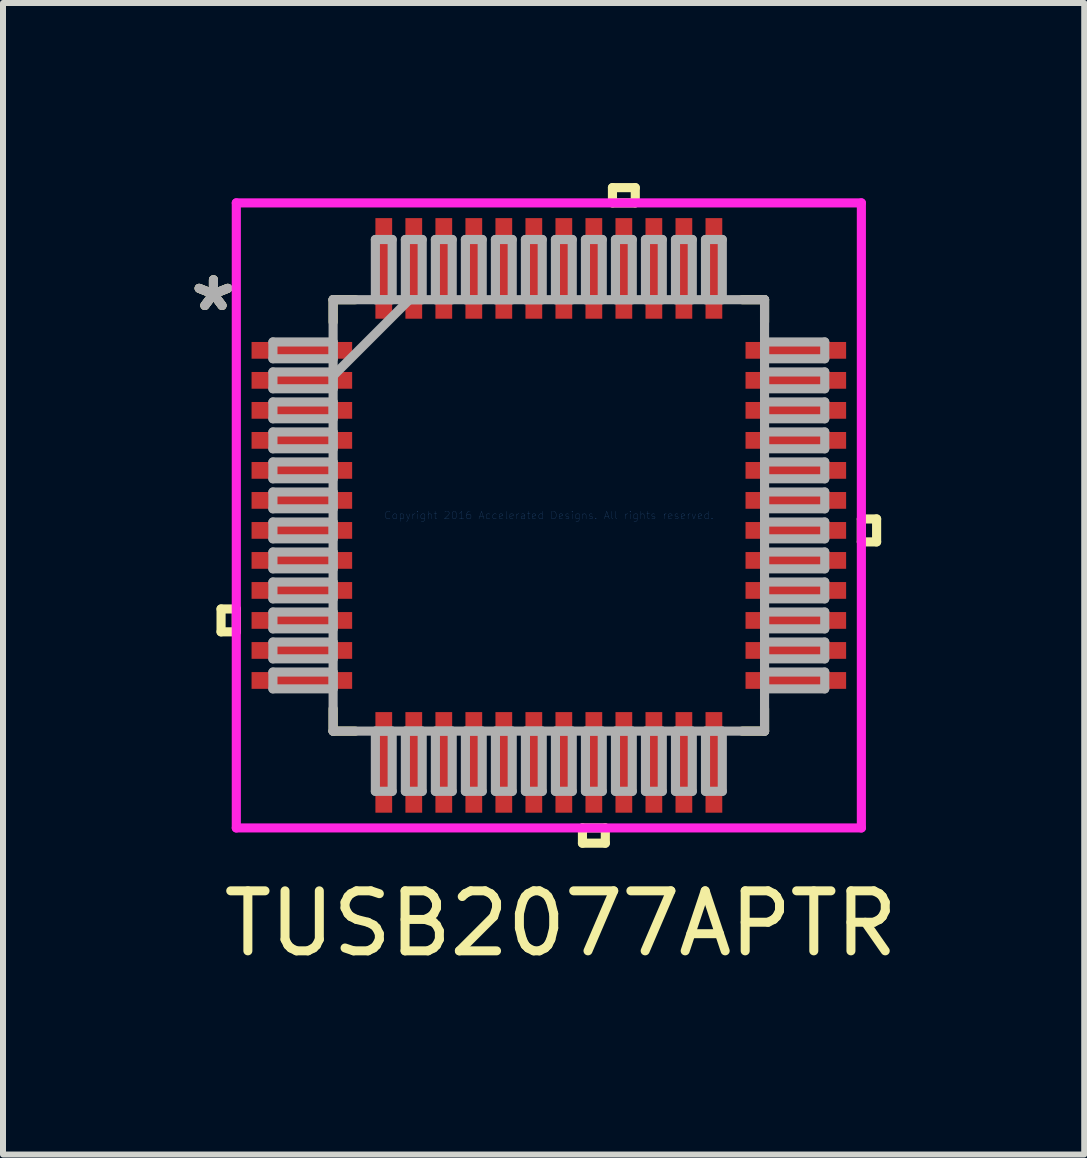
<source format=kicad_pcb>
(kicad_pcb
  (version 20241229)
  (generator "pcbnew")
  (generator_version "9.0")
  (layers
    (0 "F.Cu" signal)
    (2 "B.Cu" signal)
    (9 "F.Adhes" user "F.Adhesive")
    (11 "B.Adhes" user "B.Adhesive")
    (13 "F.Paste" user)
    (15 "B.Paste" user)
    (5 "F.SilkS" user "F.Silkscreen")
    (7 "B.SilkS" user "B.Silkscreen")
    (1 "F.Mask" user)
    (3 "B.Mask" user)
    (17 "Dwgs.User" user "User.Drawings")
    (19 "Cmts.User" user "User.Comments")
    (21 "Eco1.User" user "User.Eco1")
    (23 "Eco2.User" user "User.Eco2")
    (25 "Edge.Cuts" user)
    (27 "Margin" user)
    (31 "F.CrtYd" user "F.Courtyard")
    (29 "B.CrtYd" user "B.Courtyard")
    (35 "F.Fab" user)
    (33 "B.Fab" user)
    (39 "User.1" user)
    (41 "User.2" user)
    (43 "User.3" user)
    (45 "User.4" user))
  (footprint "TUSB2077APTR"
    (layer "F.Cu")
    (at 6.094 5.537)
    (property "Reference" "TUSB2077APTR" (at 0.2 6.8 0) (layer "F.SilkS") (effects (font (size 1 1) (thickness 0.15))))
    (attr through_hole)
    (fp_line (start -5.461 1.559) (end -5.461 1.94) (stroke (width 0.152) (type solid)) (layer "F.SilkS"))
    (fp_line (start -5.461 1.94) (end -5.207 1.94) (stroke (width 0.152) (type solid)) (layer "F.SilkS"))
    (fp_line (start -5.207 1.559) (end -5.461 1.559) (stroke (width 0.152) (type solid)) (layer "F.SilkS"))
    (fp_line (start -5.207 1.94) (end -5.207 1.559) (stroke (width 0.152) (type solid)) (layer "F.SilkS"))
    (fp_line (start -3.594 -3.594) (end -3.594 -3.222) (stroke (width 0.152) (type solid)) (layer "F.SilkS"))
    (fp_line (start -3.594 3.222) (end -3.594 3.594) (stroke (width 0.152) (type solid)) (layer "F.SilkS"))
    (fp_line (start -3.594 3.594) (end -3.222 3.594) (stroke (width 0.152) (type solid)) (layer "F.SilkS"))
    (fp_line (start -3.222 -3.594) (end -3.594 -3.594) (stroke (width 0.152) (type solid)) (layer "F.SilkS"))
    (fp_line (start 0.56 5.207) (end 0.56 5.461) (stroke (width 0.152) (type solid)) (layer "F.SilkS"))
    (fp_line (start 0.56 5.461) (end 0.941 5.461) (stroke (width 0.152) (type solid)) (layer "F.SilkS"))
    (fp_line (start 0.941 5.207) (end 0.56 5.207) (stroke (width 0.152) (type solid)) (layer "F.SilkS"))
    (fp_line (start 0.941 5.461) (end 0.941 5.207) (stroke (width 0.152) (type solid)) (layer "F.SilkS"))
    (fp_line (start 1.06 -5.461) (end 1.44 -5.461) (stroke (width 0.152) (type solid)) (layer "F.SilkS"))
    (fp_line (start 1.06 -5.207) (end 1.06 -5.461) (stroke (width 0.152) (type solid)) (layer "F.SilkS"))
    (fp_line (start 1.44 -5.461) (end 1.44 -5.207) (stroke (width 0.152) (type solid)) (layer "F.SilkS"))
    (fp_line (start 1.44 -5.207) (end 1.06 -5.207) (stroke (width 0.152) (type solid)) (layer "F.SilkS"))
    (fp_line (start 3.222 3.594) (end 3.594 3.594) (stroke (width 0.152) (type solid)) (layer "F.SilkS"))
    (fp_line (start 3.594 -3.594) (end 3.222 -3.594) (stroke (width 0.152) (type solid)) (layer "F.SilkS"))
    (fp_line (start 3.594 -3.222) (end 3.594 -3.594) (stroke (width 0.152) (type solid)) (layer "F.SilkS"))
    (fp_line (start 3.594 3.594) (end 3.594 3.222) (stroke (width 0.152) (type solid)) (layer "F.SilkS"))
    (fp_line (start 5.207 0.059) (end 5.461 0.059) (stroke (width 0.152) (type solid)) (layer "F.SilkS"))
    (fp_line (start 5.207 0.441) (end 5.207 0.059) (stroke (width 0.152) (type solid)) (layer "F.SilkS"))
    (fp_line (start 5.461 0.059) (end 5.461 0.441) (stroke (width 0.152) (type solid)) (layer "F.SilkS"))
    (fp_line (start 5.461 0.441) (end 5.207 0.441) (stroke (width 0.152) (type solid)) (layer "F.SilkS"))
    (fp_line (start -5.207 -5.207) (end 5.207 -5.207) (stroke (width 0.152) (type solid)) (layer "F.CrtYd"))
    (fp_line (start -5.207 5.207) (end -5.207 -5.207) (stroke (width 0.152) (type solid)) (layer "F.CrtYd"))
    (fp_line (start 5.207 -5.207) (end 5.207 5.207) (stroke (width 0.152) (type solid)) (layer "F.CrtYd"))
    (fp_line (start 5.207 5.207) (end -5.207 5.207) (stroke (width 0.152) (type solid)) (layer "F.CrtYd"))
    (fp_line (start -4.597 -2.89) (end -4.597 -2.61) (stroke (width 0.152) (type solid)) (layer "F.Fab"))
    (fp_line (start -4.597 -2.61) (end -3.594 -2.61) (stroke (width 0.152) (type solid)) (layer "F.Fab"))
    (fp_line (start -4.597 -2.39) (end -4.597 -2.11) (stroke (width 0.152) (type solid)) (layer "F.Fab"))
    (fp_line (start -4.597 -2.11) (end -3.594 -2.11) (stroke (width 0.152) (type solid)) (layer "F.Fab"))
    (fp_line (start -4.597 -1.89) (end -4.597 -1.61) (stroke (width 0.152) (type solid)) (layer "F.Fab"))
    (fp_line (start -4.597 -1.61) (end -3.594 -1.61) (stroke (width 0.152) (type solid)) (layer "F.Fab"))
    (fp_line (start -4.597 -1.39) (end -4.597 -1.11) (stroke (width 0.152) (type solid)) (layer "F.Fab"))
    (fp_line (start -4.597 -1.11) (end -3.594 -1.11) (stroke (width 0.152) (type solid)) (layer "F.Fab"))
    (fp_line (start -4.597 -0.89) (end -4.597 -0.61) (stroke (width 0.152) (type solid)) (layer "F.Fab"))
    (fp_line (start -4.597 -0.61) (end -3.594 -0.61) (stroke (width 0.152) (type solid)) (layer "F.Fab"))
    (fp_line (start -4.597 -0.39) (end -4.597 -0.11) (stroke (width 0.152) (type solid)) (layer "F.Fab"))
    (fp_line (start -4.597 -0.11) (end -3.594 -0.11) (stroke (width 0.152) (type solid)) (layer "F.Fab"))
    (fp_line (start -4.597 0.11) (end -4.597 0.39) (stroke (width 0.152) (type solid)) (layer "F.Fab"))
    (fp_line (start -4.597 0.39) (end -3.594 0.39) (stroke (width 0.152) (type solid)) (layer "F.Fab"))
    (fp_line (start -4.597 0.61) (end -4.597 0.89) (stroke (width 0.152) (type solid)) (layer "F.Fab"))
    (fp_line (start -4.597 0.89) (end -3.594 0.89) (stroke (width 0.152) (type solid)) (layer "F.Fab"))
    (fp_line (start -4.597 1.11) (end -4.597 1.39) (stroke (width 0.152) (type solid)) (layer "F.Fab"))
    (fp_line (start -4.597 1.39) (end -3.594 1.39) (stroke (width 0.152) (type solid)) (layer "F.Fab"))
    (fp_line (start -4.597 1.61) (end -4.597 1.89) (stroke (width 0.152) (type solid)) (layer "F.Fab"))
    (fp_line (start -4.597 1.89) (end -3.594 1.89) (stroke (width 0.152) (type solid)) (layer "F.Fab"))
    (fp_line (start -4.597 2.11) (end -4.597 2.39) (stroke (width 0.152) (type solid)) (layer "F.Fab"))
    (fp_line (start -4.597 2.39) (end -3.594 2.39) (stroke (width 0.152) (type solid)) (layer "F.Fab"))
    (fp_line (start -4.597 2.61) (end -4.597 2.89) (stroke (width 0.152) (type solid)) (layer "F.Fab"))
    (fp_line (start -4.597 2.89) (end -3.594 2.89) (stroke (width 0.152) (type solid)) (layer "F.Fab"))
    (fp_line (start -3.594 -3.594) (end -3.594 -3.594) (stroke (width 0.152) (type solid)) (layer "F.Fab"))
    (fp_line (start -3.594 -3.594) (end -3.594 3.594) (stroke (width 0.152) (type solid)) (layer "F.Fab"))
    (fp_line (start -3.594 -2.89) (end -4.597 -2.89) (stroke (width 0.152) (type solid)) (layer "F.Fab"))
    (fp_line (start -3.594 -2.61) (end -3.594 -2.89) (stroke (width 0.152) (type solid)) (layer "F.Fab"))
    (fp_line (start -3.594 -2.39) (end -4.597 -2.39) (stroke (width 0.152) (type solid)) (layer "F.Fab"))
    (fp_line (start -3.594 -2.324) (end -2.324 -3.594) (stroke (width 0.152) (type solid)) (layer "F.Fab"))
    (fp_line (start -3.594 -2.11) (end -3.594 -2.39) (stroke (width 0.152) (type solid)) (layer "F.Fab"))
    (fp_line (start -3.594 -1.89) (end -4.597 -1.89) (stroke (width 0.152) (type solid)) (layer "F.Fab"))
    (fp_line (start -3.594 -1.61) (end -3.594 -1.89) (stroke (width 0.152) (type solid)) (layer "F.Fab"))
    (fp_line (start -3.594 -1.39) (end -4.597 -1.39) (stroke (width 0.152) (type solid)) (layer "F.Fab"))
    (fp_line (start -3.594 -1.11) (end -3.594 -1.39) (stroke (width 0.152) (type solid)) (layer "F.Fab"))
    (fp_line (start -3.594 -0.89) (end -4.597 -0.89) (stroke (width 0.152) (type solid)) (layer "F.Fab"))
    (fp_line (start -3.594 -0.61) (end -3.594 -0.89) (stroke (width 0.152) (type solid)) (layer "F.Fab"))
    (fp_line (start -3.594 -0.39) (end -4.597 -0.39) (stroke (width 0.152) (type solid)) (layer "F.Fab"))
    (fp_line (start -3.594 -0.11) (end -3.594 -0.39) (stroke (width 0.152) (type solid)) (layer "F.Fab"))
    (fp_line (start -3.594 0.11) (end -4.597 0.11) (stroke (width 0.152) (type solid)) (layer "F.Fab"))
    (fp_line (start -3.594 0.39) (end -3.594 0.11) (stroke (width 0.152) (type solid)) (layer "F.Fab"))
    (fp_line (start -3.594 0.61) (end -4.597 0.61) (stroke (width 0.152) (type solid)) (layer "F.Fab"))
    (fp_line (start -3.594 0.89) (end -3.594 0.61) (stroke (width 0.152) (type solid)) (layer "F.Fab"))
    (fp_line (start -3.594 1.11) (end -4.597 1.11) (stroke (width 0.152) (type solid)) (layer "F.Fab"))
    (fp_line (start -3.594 1.39) (end -3.594 1.11) (stroke (width 0.152) (type solid)) (layer "F.Fab"))
    (fp_line (start -3.594 1.61) (end -4.597 1.61) (stroke (width 0.152) (type solid)) (layer "F.Fab"))
    (fp_line (start -3.594 1.89) (end -3.594 1.61) (stroke (width 0.152) (type solid)) (layer "F.Fab"))
    (fp_line (start -3.594 2.11) (end -4.597 2.11) (stroke (width 0.152) (type solid)) (layer "F.Fab"))
    (fp_line (start -3.594 2.39) (end -3.594 2.11) (stroke (width 0.152) (type solid)) (layer "F.Fab"))
    (fp_line (start -3.594 2.61) (end -4.597 2.61) (stroke (width 0.152) (type solid)) (layer "F.Fab"))
    (fp_line (start -3.594 2.89) (end -3.594 2.61) (stroke (width 0.152) (type solid)) (layer "F.Fab"))
    (fp_line (start -3.594 3.594) (end -3.594 3.594) (stroke (width 0.152) (type solid)) (layer "F.Fab"))
    (fp_line (start -3.594 3.594) (end 3.594 3.594) (stroke (width 0.152) (type solid)) (layer "F.Fab"))
    (fp_line (start -2.89 -4.597) (end -2.89 -3.594) (stroke (width 0.152) (type solid)) (layer "F.Fab"))
    (fp_line (start -2.89 -3.594) (end -2.61 -3.594) (stroke (width 0.152) (type solid)) (layer "F.Fab"))
    (fp_line (start -2.89 3.594) (end -2.89 4.597) (stroke (width 0.152) (type solid)) (layer "F.Fab"))
    (fp_line (start -2.89 4.597) (end -2.61 4.597) (stroke (width 0.152) (type solid)) (layer "F.Fab"))
    (fp_line (start -2.61 -4.597) (end -2.89 -4.597) (stroke (width 0.152) (type solid)) (layer "F.Fab"))
    (fp_line (start -2.61 -3.594) (end -2.61 -4.597) (stroke (width 0.152) (type solid)) (layer "F.Fab"))
    (fp_line (start -2.61 3.594) (end -2.89 3.594) (stroke (width 0.152) (type solid)) (layer "F.Fab"))
    (fp_line (start -2.61 4.597) (end -2.61 3.594) (stroke (width 0.152) (type solid)) (layer "F.Fab"))
    (fp_line (start -2.39 -4.597) (end -2.39 -3.594) (stroke (width 0.152) (type solid)) (layer "F.Fab"))
    (fp_line (start -2.39 -3.594) (end -2.11 -3.594) (stroke (width 0.152) (type solid)) (layer "F.Fab"))
    (fp_line (start -2.39 3.594) (end -2.39 4.597) (stroke (width 0.152) (type solid)) (layer "F.Fab"))
    (fp_line (start -2.39 4.597) (end -2.11 4.597) (stroke (width 0.152) (type solid)) (layer "F.Fab"))
    (fp_line (start -2.11 -4.597) (end -2.39 -4.597) (stroke (width 0.152) (type solid)) (layer "F.Fab"))
    (fp_line (start -2.11 -3.594) (end -2.11 -4.597) (stroke (width 0.152) (type solid)) (layer "F.Fab"))
    (fp_line (start -2.11 3.594) (end -2.39 3.594) (stroke (width 0.152) (type solid)) (layer "F.Fab"))
    (fp_line (start -2.11 4.597) (end -2.11 3.594) (stroke (width 0.152) (type solid)) (layer "F.Fab"))
    (fp_line (start -1.89 -4.597) (end -1.89 -3.594) (stroke (width 0.152) (type solid)) (layer "F.Fab"))
    (fp_line (start -1.89 -3.594) (end -1.61 -3.594) (stroke (width 0.152) (type solid)) (layer "F.Fab"))
    (fp_line (start -1.89 3.594) (end -1.89 4.597) (stroke (width 0.152) (type solid)) (layer "F.Fab"))
    (fp_line (start -1.89 4.597) (end -1.61 4.597) (stroke (width 0.152) (type solid)) (layer "F.Fab"))
    (fp_line (start -1.61 -4.597) (end -1.89 -4.597) (stroke (width 0.152) (type solid)) (layer "F.Fab"))
    (fp_line (start -1.61 -3.594) (end -1.61 -4.597) (stroke (width 0.152) (type solid)) (layer "F.Fab"))
    (fp_line (start -1.61 3.594) (end -1.89 3.594) (stroke (width 0.152) (type solid)) (layer "F.Fab"))
    (fp_line (start -1.61 4.597) (end -1.61 3.594) (stroke (width 0.152) (type solid)) (layer "F.Fab"))
    (fp_line (start -1.39 -4.597) (end -1.39 -3.594) (stroke (width 0.152) (type solid)) (layer "F.Fab"))
    (fp_line (start -1.39 -3.594) (end -1.11 -3.594) (stroke (width 0.152) (type solid)) (layer "F.Fab"))
    (fp_line (start -1.39 3.594) (end -1.39 4.597) (stroke (width 0.152) (type solid)) (layer "F.Fab"))
    (fp_line (start -1.39 4.597) (end -1.11 4.597) (stroke (width 0.152) (type solid)) (layer "F.Fab"))
    (fp_line (start -1.11 -4.597) (end -1.39 -4.597) (stroke (width 0.152) (type solid)) (layer "F.Fab"))
    (fp_line (start -1.11 -3.594) (end -1.11 -4.597) (stroke (width 0.152) (type solid)) (layer "F.Fab"))
    (fp_line (start -1.11 3.594) (end -1.39 3.594) (stroke (width 0.152) (type solid)) (layer "F.Fab"))
    (fp_line (start -1.11 4.597) (end -1.11 3.594) (stroke (width 0.152) (type solid)) (layer "F.Fab"))
    (fp_line (start -0.89 -4.597) (end -0.89 -3.594) (stroke (width 0.152) (type solid)) (layer "F.Fab"))
    (fp_line (start -0.89 -3.594) (end -0.61 -3.594) (stroke (width 0.152) (type solid)) (layer "F.Fab"))
    (fp_line (start -0.89 3.594) (end -0.89 4.597) (stroke (width 0.152) (type solid)) (layer "F.Fab"))
    (fp_line (start -0.89 4.597) (end -0.61 4.597) (stroke (width 0.152) (type solid)) (layer "F.Fab"))
    (fp_line (start -0.61 -4.597) (end -0.89 -4.597) (stroke (width 0.152) (type solid)) (layer "F.Fab"))
    (fp_line (start -0.61 -3.594) (end -0.61 -4.597) (stroke (width 0.152) (type solid)) (layer "F.Fab"))
    (fp_line (start -0.61 3.594) (end -0.89 3.594) (stroke (width 0.152) (type solid)) (layer "F.Fab"))
    (fp_line (start -0.61 4.597) (end -0.61 3.594) (stroke (width 0.152) (type solid)) (layer "F.Fab"))
    (fp_line (start -0.39 -4.597) (end -0.39 -3.594) (stroke (width 0.152) (type solid)) (layer "F.Fab"))
    (fp_line (start -0.39 -3.594) (end -0.11 -3.594) (stroke (width 0.152) (type solid)) (layer "F.Fab"))
    (fp_line (start -0.39 3.594) (end -0.39 4.597) (stroke (width 0.152) (type solid)) (layer "F.Fab"))
    (fp_line (start -0.39 4.597) (end -0.11 4.597) (stroke (width 0.152) (type solid)) (layer "F.Fab"))
    (fp_line (start -0.11 -4.597) (end -0.39 -4.597) (stroke (width 0.152) (type solid)) (layer "F.Fab"))
    (fp_line (start -0.11 -3.594) (end -0.11 -4.597) (stroke (width 0.152) (type solid)) (layer "F.Fab"))
    (fp_line (start -0.11 3.594) (end -0.39 3.594) (stroke (width 0.152) (type solid)) (layer "F.Fab"))
    (fp_line (start -0.11 4.597) (end -0.11 3.594) (stroke (width 0.152) (type solid)) (layer "F.Fab"))
    (fp_line (start 0.11 -4.597) (end 0.11 -3.594) (stroke (width 0.152) (type solid)) (layer "F.Fab"))
    (fp_line (start 0.11 -3.594) (end 0.39 -3.594) (stroke (width 0.152) (type solid)) (layer "F.Fab"))
    (fp_line (start 0.11 3.594) (end 0.11 4.597) (stroke (width 0.152) (type solid)) (layer "F.Fab"))
    (fp_line (start 0.11 4.597) (end 0.39 4.597) (stroke (width 0.152) (type solid)) (layer "F.Fab"))
    (fp_line (start 0.39 -4.597) (end 0.11 -4.597) (stroke (width 0.152) (type solid)) (layer "F.Fab"))
    (fp_line (start 0.39 -3.594) (end 0.39 -4.597) (stroke (width 0.152) (type solid)) (layer "F.Fab"))
    (fp_line (start 0.39 3.594) (end 0.11 3.594) (stroke (width 0.152) (type solid)) (layer "F.Fab"))
    (fp_line (start 0.39 4.597) (end 0.39 3.594) (stroke (width 0.152) (type solid)) (layer "F.Fab"))
    (fp_line (start 0.61 -4.597) (end 0.61 -3.594) (stroke (width 0.152) (type solid)) (layer "F.Fab"))
    (fp_line (start 0.61 -3.594) (end 0.89 -3.594) (stroke (width 0.152) (type solid)) (layer "F.Fab"))
    (fp_line (start 0.61 3.594) (end 0.61 4.597) (stroke (width 0.152) (type solid)) (layer "F.Fab"))
    (fp_line (start 0.61 4.597) (end 0.89 4.597) (stroke (width 0.152) (type solid)) (layer "F.Fab"))
    (fp_line (start 0.89 -4.597) (end 0.61 -4.597) (stroke (width 0.152) (type solid)) (layer "F.Fab"))
    (fp_line (start 0.89 -3.594) (end 0.89 -4.597) (stroke (width 0.152) (type solid)) (layer "F.Fab"))
    (fp_line (start 0.89 3.594) (end 0.61 3.594) (stroke (width 0.152) (type solid)) (layer "F.Fab"))
    (fp_line (start 0.89 4.597) (end 0.89 3.594) (stroke (width 0.152) (type solid)) (layer "F.Fab"))
    (fp_line (start 1.11 -4.597) (end 1.11 -3.594) (stroke (width 0.152) (type solid)) (layer "F.Fab"))
    (fp_line (start 1.11 -3.594) (end 1.39 -3.594) (stroke (width 0.152) (type solid)) (layer "F.Fab"))
    (fp_line (start 1.11 3.594) (end 1.11 4.597) (stroke (width 0.152) (type solid)) (layer "F.Fab"))
    (fp_line (start 1.11 4.597) (end 1.39 4.597) (stroke (width 0.152) (type solid)) (layer "F.Fab"))
    (fp_line (start 1.39 -4.597) (end 1.11 -4.597) (stroke (width 0.152) (type solid)) (layer "F.Fab"))
    (fp_line (start 1.39 -3.594) (end 1.39 -4.597) (stroke (width 0.152) (type solid)) (layer "F.Fab"))
    (fp_line (start 1.39 3.594) (end 1.11 3.594) (stroke (width 0.152) (type solid)) (layer "F.Fab"))
    (fp_line (start 1.39 4.597) (end 1.39 3.594) (stroke (width 0.152) (type solid)) (layer "F.Fab"))
    (fp_line (start 1.61 -4.597) (end 1.61 -3.594) (stroke (width 0.152) (type solid)) (layer "F.Fab"))
    (fp_line (start 1.61 -3.594) (end 1.89 -3.594) (stroke (width 0.152) (type solid)) (layer "F.Fab"))
    (fp_line (start 1.61 3.594) (end 1.61 4.597) (stroke (width 0.152) (type solid)) (layer "F.Fab"))
    (fp_line (start 1.61 4.597) (end 1.89 4.597) (stroke (width 0.152) (type solid)) (layer "F.Fab"))
    (fp_line (start 1.89 -4.597) (end 1.61 -4.597) (stroke (width 0.152) (type solid)) (layer "F.Fab"))
    (fp_line (start 1.89 -3.594) (end 1.89 -4.597) (stroke (width 0.152) (type solid)) (layer "F.Fab"))
    (fp_line (start 1.89 3.594) (end 1.61 3.594) (stroke (width 0.152) (type solid)) (layer "F.Fab"))
    (fp_line (start 1.89 4.597) (end 1.89 3.594) (stroke (width 0.152) (type solid)) (layer "F.Fab"))
    (fp_line (start 2.11 -4.597) (end 2.11 -3.594) (stroke (width 0.152) (type solid)) (layer "F.Fab"))
    (fp_line (start 2.11 -3.594) (end 2.39 -3.594) (stroke (width 0.152) (type solid)) (layer "F.Fab"))
    (fp_line (start 2.11 3.594) (end 2.11 4.597) (stroke (width 0.152) (type solid)) (layer "F.Fab"))
    (fp_line (start 2.11 4.597) (end 2.39 4.597) (stroke (width 0.152) (type solid)) (layer "F.Fab"))
    (fp_line (start 2.39 -4.597) (end 2.11 -4.597) (stroke (width 0.152) (type solid)) (layer "F.Fab"))
    (fp_line (start 2.39 -3.594) (end 2.39 -4.597) (stroke (width 0.152) (type solid)) (layer "F.Fab"))
    (fp_line (start 2.39 3.594) (end 2.11 3.594) (stroke (width 0.152) (type solid)) (layer "F.Fab"))
    (fp_line (start 2.39 4.597) (end 2.39 3.594) (stroke (width 0.152) (type solid)) (layer "F.Fab"))
    (fp_line (start 2.61 -4.597) (end 2.61 -3.594) (stroke (width 0.152) (type solid)) (layer "F.Fab"))
    (fp_line (start 2.61 -3.594) (end 2.89 -3.594) (stroke (width 0.152) (type solid)) (layer "F.Fab"))
    (fp_line (start 2.61 3.594) (end 2.61 4.597) (stroke (width 0.152) (type solid)) (layer "F.Fab"))
    (fp_line (start 2.61 4.597) (end 2.89 4.597) (stroke (width 0.152) (type solid)) (layer "F.Fab"))
    (fp_line (start 2.89 -4.597) (end 2.61 -4.597) (stroke (width 0.152) (type solid)) (layer "F.Fab"))
    (fp_line (start 2.89 -3.594) (end 2.89 -4.597) (stroke (width 0.152) (type solid)) (layer "F.Fab"))
    (fp_line (start 2.89 3.594) (end 2.61 3.594) (stroke (width 0.152) (type solid)) (layer "F.Fab"))
    (fp_line (start 2.89 4.597) (end 2.89 3.594) (stroke (width 0.152) (type solid)) (layer "F.Fab"))
    (fp_line (start 3.594 -3.594) (end -3.594 -3.594) (stroke (width 0.152) (type solid)) (layer "F.Fab"))
    (fp_line (start 3.594 -3.594) (end 3.594 -3.594) (stroke (width 0.152) (type solid)) (layer "F.Fab"))
    (fp_line (start 3.594 -2.89) (end 3.594 -2.61) (stroke (width 0.152) (type solid)) (layer "F.Fab"))
    (fp_line (start 3.594 -2.61) (end 4.597 -2.61) (stroke (width 0.152) (type solid)) (layer "F.Fab"))
    (fp_line (start 3.594 -2.39) (end 3.594 -2.11) (stroke (width 0.152) (type solid)) (layer "F.Fab"))
    (fp_line (start 3.594 -2.11) (end 4.597 -2.11) (stroke (width 0.152) (type solid)) (layer "F.Fab"))
    (fp_line (start 3.594 -1.89) (end 3.594 -1.61) (stroke (width 0.152) (type solid)) (layer "F.Fab"))
    (fp_line (start 3.594 -1.61) (end 4.597 -1.61) (stroke (width 0.152) (type solid)) (layer "F.Fab"))
    (fp_line (start 3.594 -1.39) (end 3.594 -1.11) (stroke (width 0.152) (type solid)) (layer "F.Fab"))
    (fp_line (start 3.594 -1.11) (end 4.597 -1.11) (stroke (width 0.152) (type solid)) (layer "F.Fab"))
    (fp_line (start 3.594 -0.89) (end 3.594 -0.61) (stroke (width 0.152) (type solid)) (layer "F.Fab"))
    (fp_line (start 3.594 -0.61) (end 4.597 -0.61) (stroke (width 0.152) (type solid)) (layer "F.Fab"))
    (fp_line (start 3.594 -0.39) (end 3.594 -0.11) (stroke (width 0.152) (type solid)) (layer "F.Fab"))
    (fp_line (start 3.594 -0.11) (end 4.597 -0.11) (stroke (width 0.152) (type solid)) (layer "F.Fab"))
    (fp_line (start 3.594 0.11) (end 3.594 0.39) (stroke (width 0.152) (type solid)) (layer "F.Fab"))
    (fp_line (start 3.594 0.39) (end 4.597 0.39) (stroke (width 0.152) (type solid)) (layer "F.Fab"))
    (fp_line (start 3.594 0.61) (end 3.594 0.89) (stroke (width 0.152) (type solid)) (layer "F.Fab"))
    (fp_line (start 3.594 0.89) (end 4.597 0.89) (stroke (width 0.152) (type solid)) (layer "F.Fab"))
    (fp_line (start 3.594 1.11) (end 3.594 1.39) (stroke (width 0.152) (type solid)) (layer "F.Fab"))
    (fp_line (start 3.594 1.39) (end 4.597 1.39) (stroke (width 0.152) (type solid)) (layer "F.Fab"))
    (fp_line (start 3.594 1.61) (end 3.594 1.89) (stroke (width 0.152) (type solid)) (layer "F.Fab"))
    (fp_line (start 3.594 1.89) (end 4.597 1.89) (stroke (width 0.152) (type solid)) (layer "F.Fab"))
    (fp_line (start 3.594 2.11) (end 3.594 2.39) (stroke (width 0.152) (type solid)) (layer "F.Fab"))
    (fp_line (start 3.594 2.39) (end 4.597 2.39) (stroke (width 0.152) (type solid)) (layer "F.Fab"))
    (fp_line (start 3.594 2.61) (end 3.594 2.89) (stroke (width 0.152) (type solid)) (layer "F.Fab"))
    (fp_line (start 3.594 2.89) (end 4.597 2.89) (stroke (width 0.152) (type solid)) (layer "F.Fab"))
    (fp_line (start 3.594 3.594) (end 3.594 -3.594) (stroke (width 0.152) (type solid)) (layer "F.Fab"))
    (fp_line (start 3.594 3.594) (end 3.594 3.594) (stroke (width 0.152) (type solid)) (layer "F.Fab"))
    (fp_line (start 4.597 -2.89) (end 3.594 -2.89) (stroke (width 0.152) (type solid)) (layer "F.Fab"))
    (fp_line (start 4.597 -2.61) (end 4.597 -2.89) (stroke (width 0.152) (type solid)) (layer "F.Fab"))
    (fp_line (start 4.597 -2.39) (end 3.594 -2.39) (stroke (width 0.152) (type solid)) (layer "F.Fab"))
    (fp_line (start 4.597 -2.11) (end 4.597 -2.39) (stroke (width 0.152) (type solid)) (layer "F.Fab"))
    (fp_line (start 4.597 -1.89) (end 3.594 -1.89) (stroke (width 0.152) (type solid)) (layer "F.Fab"))
    (fp_line (start 4.597 -1.61) (end 4.597 -1.89) (stroke (width 0.152) (type solid)) (layer "F.Fab"))
    (fp_line (start 4.597 -1.39) (end 3.594 -1.39) (stroke (width 0.152) (type solid)) (layer "F.Fab"))
    (fp_line (start 4.597 -1.11) (end 4.597 -1.39) (stroke (width 0.152) (type solid)) (layer "F.Fab"))
    (fp_line (start 4.597 -0.89) (end 3.594 -0.89) (stroke (width 0.152) (type solid)) (layer "F.Fab"))
    (fp_line (start 4.597 -0.61) (end 4.597 -0.89) (stroke (width 0.152) (type solid)) (layer "F.Fab"))
    (fp_line (start 4.597 -0.39) (end 3.594 -0.39) (stroke (width 0.152) (type solid)) (layer "F.Fab"))
    (fp_line (start 4.597 -0.11) (end 4.597 -0.39) (stroke (width 0.152) (type solid)) (layer "F.Fab"))
    (fp_line (start 4.597 0.11) (end 3.594 0.11) (stroke (width 0.152) (type solid)) (layer "F.Fab"))
    (fp_line (start 4.597 0.39) (end 4.597 0.11) (stroke (width 0.152) (type solid)) (layer "F.Fab"))
    (fp_line (start 4.597 0.61) (end 3.594 0.61) (stroke (width 0.152) (type solid)) (layer "F.Fab"))
    (fp_line (start 4.597 0.89) (end 4.597 0.61) (stroke (width 0.152) (type solid)) (layer "F.Fab"))
    (fp_line (start 4.597 1.11) (end 3.594 1.11) (stroke (width 0.152) (type solid)) (layer "F.Fab"))
    (fp_line (start 4.597 1.39) (end 4.597 1.11) (stroke (width 0.152) (type solid)) (layer "F.Fab"))
    (fp_line (start 4.597 1.61) (end 3.594 1.61) (stroke (width 0.152) (type solid)) (layer "F.Fab"))
    (fp_line (start 4.597 1.89) (end 4.597 1.61) (stroke (width 0.152) (type solid)) (layer "F.Fab"))
    (fp_line (start 4.597 2.11) (end 3.594 2.11) (stroke (width 0.152) (type solid)) (layer "F.Fab"))
    (fp_line (start 4.597 2.39) (end 4.597 2.11) (stroke (width 0.152) (type solid)) (layer "F.Fab"))
    (fp_line (start 4.597 2.61) (end 3.594 2.61) (stroke (width 0.152) (type solid)) (layer "F.Fab"))
    (fp_line (start 4.597 2.89) (end 4.597 2.61) (stroke (width 0.152) (type solid)) (layer "F.Fab"))
    (fp_text user "*" (at -5.588 -3.381 0) (layer "F.SilkS") (effects (font (size 1 1) (thickness 0.15))))
    (fp_text user "*" (at -5.588 -3.381 0) (layer "F.SilkS") (effects (font (size 1 1) (thickness 0.15))))
    (fp_text user "Copyright 2016 Accelerated Designs. All rights reserved." (at 0 0 0) (layer "Cmts.User") (effects (font (size 0.127 0.127) (thickness 0.002))))
    (fp_text user "*" (at -5.588 -3.381 0) (layer "F.Fab") (effects (font (size 1 1) (thickness 0.15))))
    (fp_text user "*" (at -5.588 -3.381 0) (layer "F.Fab") (effects (font (size 1 1) (thickness 0.15))))
    (pad "1" smd rect (at -4.115 -2.75 90) (size 0.279 1.676) (layers "F.Cu" "F.Mask" "F.Paste"))
    (pad "2" smd rect (at -4.115 -2.25 90) (size 0.279 1.676) (layers "F.Cu" "F.Mask" "F.Paste"))
    (pad "3" smd rect (at -4.115 -1.75 90) (size 0.279 1.676) (layers "F.Cu" "F.Mask" "F.Paste"))
    (pad "4" smd rect (at -4.115 -1.25 90) (size 0.279 1.676) (layers "F.Cu" "F.Mask" "F.Paste"))
    (pad "5" smd rect (at -4.115 -0.75 90) (size 0.279 1.676) (layers "F.Cu" "F.Mask" "F.Paste"))
    (pad "6" smd rect (at -4.115 -0.25 90) (size 0.279 1.676) (layers "F.Cu" "F.Mask" "F.Paste"))
    (pad "7" smd rect (at -4.115 0.25 90) (size 0.279 1.676) (layers "F.Cu" "F.Mask" "F.Paste"))
    (pad "8" smd rect (at -4.115 0.75 90) (size 0.279 1.676) (layers "F.Cu" "F.Mask" "F.Paste"))
    (pad "9" smd rect (at -4.115 1.25 90) (size 0.279 1.676) (layers "F.Cu" "F.Mask" "F.Paste"))
    (pad "10" smd rect (at -4.115 1.75 90) (size 0.279 1.676) (layers "F.Cu" "F.Mask" "F.Paste"))
    (pad "11" smd rect (at -4.115 2.25 90) (size 0.279 1.676) (layers "F.Cu" "F.Mask" "F.Paste"))
    (pad "12" smd rect (at -4.115 2.75 90) (size 0.279 1.676) (layers "F.Cu" "F.Mask" "F.Paste"))
    (pad "13" smd rect (at -2.75 4.115) (size 0.279 1.676) (layers "F.Cu" "F.Mask" "F.Paste"))
    (pad "14" smd rect (at -2.25 4.115) (size 0.279 1.676) (layers "F.Cu" "F.Mask" "F.Paste"))
    (pad "15" smd rect (at -1.75 4.115) (size 0.279 1.676) (layers "F.Cu" "F.Mask" "F.Paste"))
    (pad "16" smd rect (at -1.25 4.115) (size 0.279 1.676) (layers "F.Cu" "F.Mask" "F.Paste"))
    (pad "17" smd rect (at -0.75 4.115) (size 0.279 1.676) (layers "F.Cu" "F.Mask" "F.Paste"))
    (pad "18" smd rect (at -0.25 4.115) (size 0.279 1.676) (layers "F.Cu" "F.Mask" "F.Paste"))
    (pad "19" smd rect (at 0.25 4.115) (size 0.279 1.676) (layers "F.Cu" "F.Mask" "F.Paste"))
    (pad "20" smd rect (at 0.75 4.115) (size 0.279 1.676) (layers "F.Cu" "F.Mask" "F.Paste"))
    (pad "21" smd rect (at 1.25 4.115) (size 0.279 1.676) (layers "F.Cu" "F.Mask" "F.Paste"))
    (pad "22" smd rect (at 1.75 4.115) (size 0.279 1.676) (layers "F.Cu" "F.Mask" "F.Paste"))
    (pad "23" smd rect (at 2.25 4.115) (size 0.279 1.676) (layers "F.Cu" "F.Mask" "F.Paste"))
    (pad "24" smd rect (at 2.75 4.115) (size 0.279 1.676) (layers "F.Cu" "F.Mask" "F.Paste"))
    (pad "25" smd rect (at 4.115 2.75 90) (size 0.279 1.676) (layers "F.Cu" "F.Mask" "F.Paste"))
    (pad "26" smd rect (at 4.115 2.25 90) (size 0.279 1.676) (layers "F.Cu" "F.Mask" "F.Paste"))
    (pad "27" smd rect (at 4.115 1.75 90) (size 0.279 1.676) (layers "F.Cu" "F.Mask" "F.Paste"))
    (pad "28" smd rect (at 4.115 1.25 90) (size 0.279 1.676) (layers "F.Cu" "F.Mask" "F.Paste"))
    (pad "29" smd rect (at 4.115 0.75 90) (size 0.279 1.676) (layers "F.Cu" "F.Mask" "F.Paste"))
    (pad "30" smd rect (at 4.115 0.25 90) (size 0.279 1.676) (layers "F.Cu" "F.Mask" "F.Paste"))
    (pad "31" smd rect (at 4.115 -0.25 90) (size 0.279 1.676) (layers "F.Cu" "F.Mask" "F.Paste"))
    (pad "32" smd rect (at 4.115 -0.75 90) (size 0.279 1.676) (layers "F.Cu" "F.Mask" "F.Paste"))
    (pad "33" smd rect (at 4.115 -1.25 90) (size 0.279 1.676) (layers "F.Cu" "F.Mask" "F.Paste"))
    (pad "34" smd rect (at 4.115 -1.75 90) (size 0.279 1.676) (layers "F.Cu" "F.Mask" "F.Paste"))
    (pad "35" smd rect (at 4.115 -2.25 90) (size 0.279 1.676) (layers "F.Cu" "F.Mask" "F.Paste"))
    (pad "36" smd rect (at 4.115 -2.75 90) (size 0.279 1.676) (layers "F.Cu" "F.Mask" "F.Paste"))
    (pad "37" smd rect (at 2.75 -4.115) (size 0.279 1.676) (layers "F.Cu" "F.Mask" "F.Paste"))
    (pad "38" smd rect (at 2.25 -4.115) (size 0.279 1.676) (layers "F.Cu" "F.Mask" "F.Paste"))
    (pad "39" smd rect (at 1.75 -4.115) (size 0.279 1.676) (layers "F.Cu" "F.Mask" "F.Paste"))
    (pad "40" smd rect (at 1.25 -4.115) (size 0.279 1.676) (layers "F.Cu" "F.Mask" "F.Paste"))
    (pad "41" smd rect (at 0.75 -4.115) (size 0.279 1.676) (layers "F.Cu" "F.Mask" "F.Paste"))
    (pad "42" smd rect (at 0.25 -4.115) (size 0.279 1.676) (layers "F.Cu" "F.Mask" "F.Paste"))
    (pad "43" smd rect (at -0.25 -4.115) (size 0.279 1.676) (layers "F.Cu" "F.Mask" "F.Paste"))
    (pad "44" smd rect (at -0.75 -4.115) (size 0.279 1.676) (layers "F.Cu" "F.Mask" "F.Paste"))
    (pad "45" smd rect (at -1.25 -4.115) (size 0.279 1.676) (layers "F.Cu" "F.Mask" "F.Paste"))
    (pad "46" smd rect (at -1.75 -4.115) (size 0.279 1.676) (layers "F.Cu" "F.Mask" "F.Paste"))
    (pad "47" smd rect (at -2.25 -4.115) (size 0.279 1.676) (layers "F.Cu" "F.Mask" "F.Paste"))
    (pad "48" smd rect (at -2.75 -4.115) (size 0.279 1.676) (layers "F.Cu" "F.Mask" "F.Paste")))
  (gr_rect
    (start -3 -3)
    (end 15.014 16.185)
    (stroke (width 0.1) (type default))
    (fill no)
    (layer "Edge.Cuts")))
</source>
